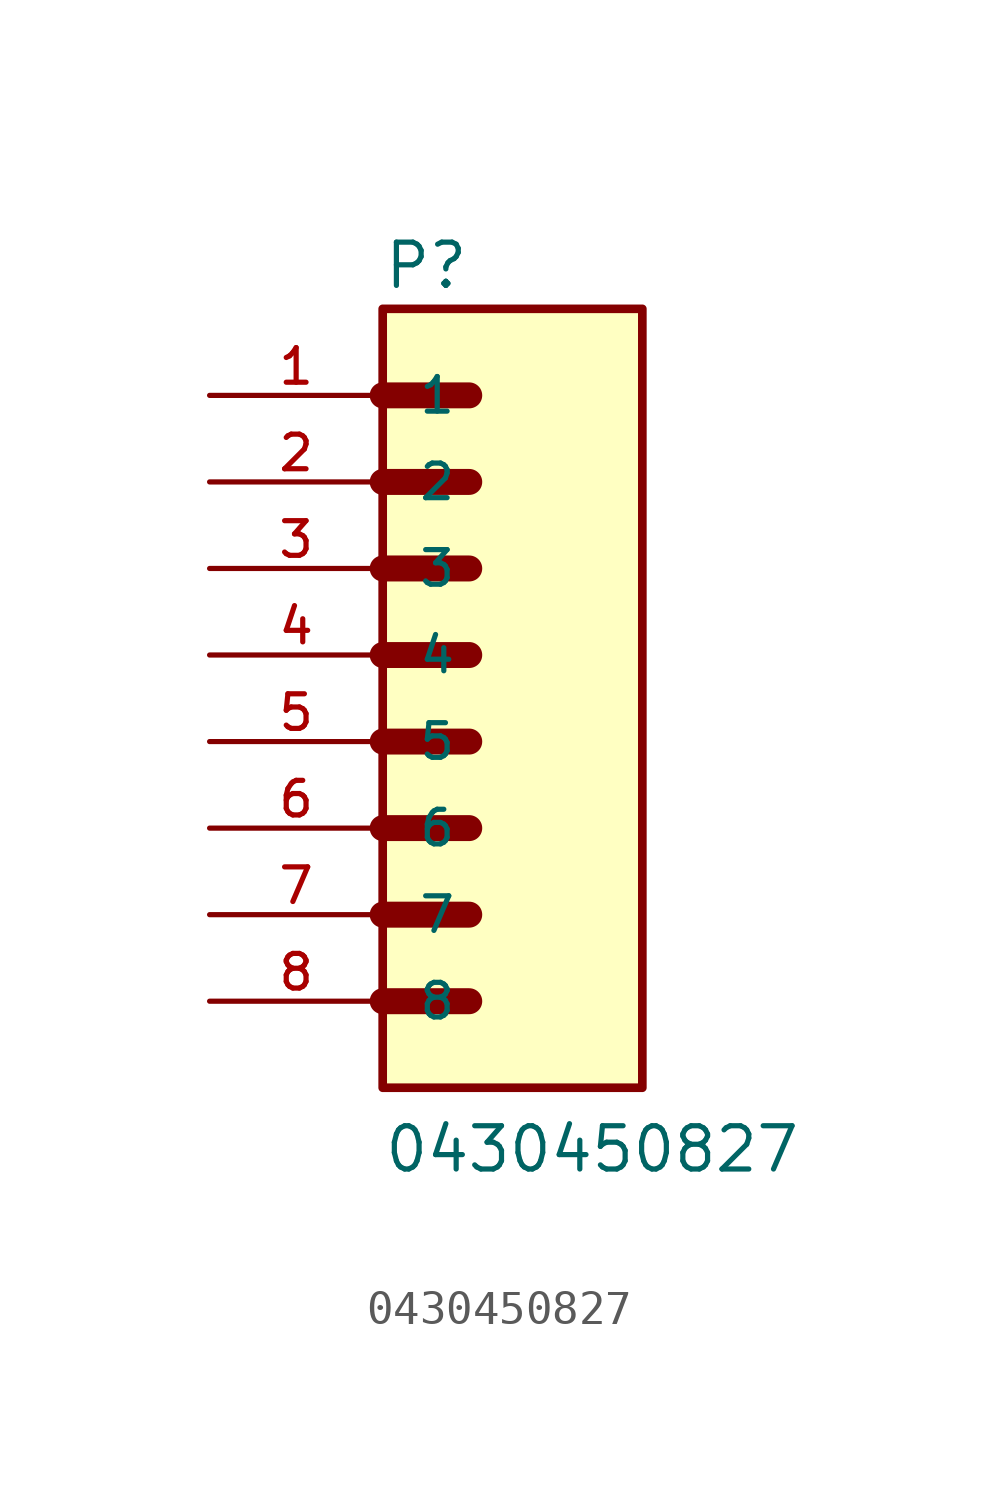
<source format=kicad_sym>
(kicad_symbol_lib
  (version 20211014)
  (generator kicad_symbol_editor)
  (symbol "0430450827"
    (pin_names
      (offset 1.016))
    (property "Reference" "P"
      (at 0.0 10.684 0)
      (effects (font (size 1.27 1.27)) (justify bottom left)))
    (property "Value" "0430450827"
      (at 0.0 -15.248 0)
      (effects (font (size 1.27 1.27)) (justify bottom left)))
    (symbol "0430450827_0_0"
      (polyline (pts (xy 0.0 7.62) (xy 2.54 7.62)) (stroke (width 0.762)))
      (polyline (pts (xy 0.0 5.08) (xy 2.54 5.08)) (stroke (width 0.762)))
      (polyline (pts (xy 0.0 2.54) (xy 2.54 2.54)) (stroke (width 0.762)))
      (polyline (pts (xy 0.0 0.0) (xy 2.54 0.0)) (stroke (width 0.762)))
      (polyline (pts (xy 0.0 -2.54) (xy 2.54 -2.54)) (stroke (width 0.762)))
      (polyline (pts (xy 0.0 -5.08) (xy 2.54 -5.08)) (stroke (width 0.762)))
      (polyline (pts (xy 0.0 -7.62) (xy 2.54 -7.62)) (stroke (width 0.762)))
      (polyline (pts (xy 0.0 -10.16) (xy 2.54 -10.16)) (stroke (width 0.762)))
      (rectangle (start 0.0 -12.7) (end 7.62 10.16) (stroke (width 0.254)) (fill (type background)))
      (pin passive line (at -5.08 7.62 0) (length 5.08) (name "1" (effects (font (size 1.016 1.016)))) (number "1" (effects (font (size 1.016 1.016)))))
      (pin passive line (at -5.08 5.08 0) (length 5.08) (name "2" (effects (font (size 1.016 1.016)))) (number "2" (effects (font (size 1.016 1.016)))))
      (pin passive line (at -5.08 2.54 0) (length 5.08) (name "3" (effects (font (size 1.016 1.016)))) (number "3" (effects (font (size 1.016 1.016)))))
      (pin passive line (at -5.08 0.0 0) (length 5.08) (name "4" (effects (font (size 1.016 1.016)))) (number "4" (effects (font (size 1.016 1.016)))))
      (pin passive line (at -5.08 -2.54 0) (length 5.08) (name "5" (effects (font (size 1.016 1.016)))) (number "5" (effects (font (size 1.016 1.016)))))
      (pin passive line (at -5.08 -5.08 0) (length 5.08) (name "6" (effects (font (size 1.016 1.016)))) (number "6" (effects (font (size 1.016 1.016)))))
      (pin passive line (at -5.08 -7.62 0) (length 5.08) (name "7" (effects (font (size 1.016 1.016)))) (number "7" (effects (font (size 1.016 1.016)))))
      (pin passive line (at -5.08 -10.16 0) (length 5.08) (name "8" (effects (font (size 1.016 1.016)))) (number "8" (effects (font (size 1.016 1.016))))))))
</source>
